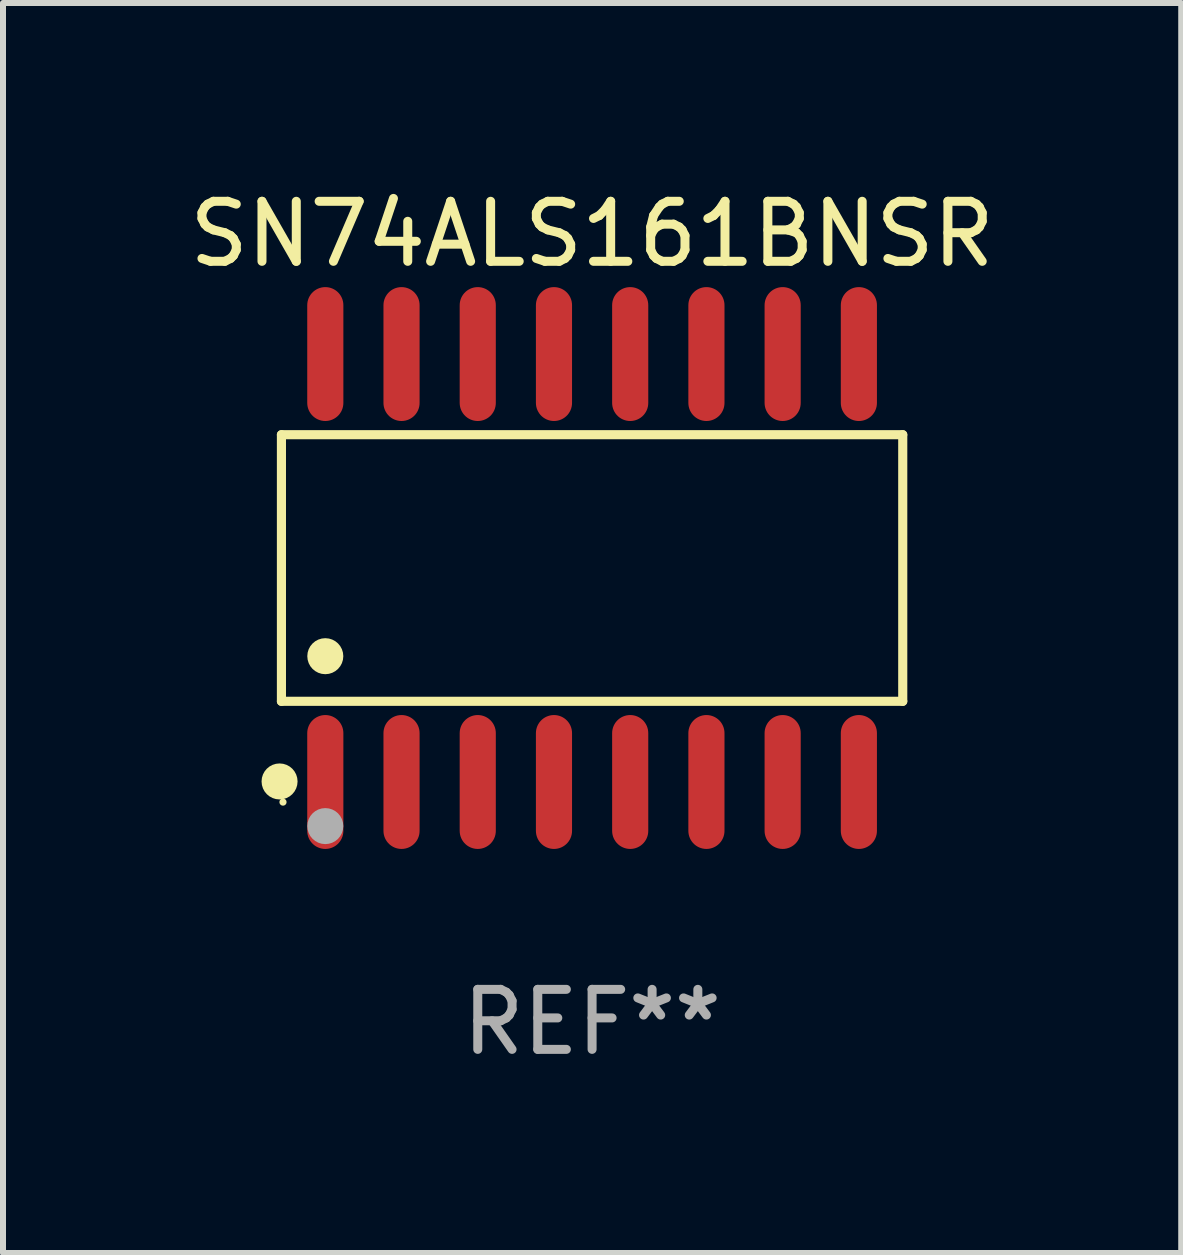
<source format=kicad_pcb>
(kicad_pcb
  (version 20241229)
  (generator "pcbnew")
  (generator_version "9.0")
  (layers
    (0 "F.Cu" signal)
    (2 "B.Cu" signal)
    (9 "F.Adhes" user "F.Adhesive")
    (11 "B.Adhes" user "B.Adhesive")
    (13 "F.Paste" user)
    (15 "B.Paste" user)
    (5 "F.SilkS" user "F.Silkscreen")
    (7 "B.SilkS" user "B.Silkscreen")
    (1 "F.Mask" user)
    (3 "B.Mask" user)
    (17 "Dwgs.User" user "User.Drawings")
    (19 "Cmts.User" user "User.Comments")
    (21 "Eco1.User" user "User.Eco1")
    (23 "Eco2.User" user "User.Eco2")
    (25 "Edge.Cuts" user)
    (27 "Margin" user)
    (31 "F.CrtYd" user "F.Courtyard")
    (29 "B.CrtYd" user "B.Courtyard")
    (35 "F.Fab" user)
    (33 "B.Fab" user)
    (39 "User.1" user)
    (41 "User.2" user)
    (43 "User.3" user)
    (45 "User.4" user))
  (footprint "SN74ALS161BNSR"
    (layer "F.Cu")
    (at 6.815 6.414)
    (property "Reference" "SN74ALS161BNSR" (at 0 -5.565 0) (layer "F.SilkS") (effects (font (size 1 1) (thickness 0.15))))
    (attr through_hole)
    (fp_line (start -5.176 -2.221) (end 5.176 -2.221) (stroke (width 0.152) (type solid)) (layer "F.SilkS"))
    (fp_line (start -5.176 2.221) (end -5.176 -2.221) (stroke (width 0.152) (type solid)) (layer "F.SilkS"))
    (fp_line (start 5.176 -2.221) (end 5.176 2.221) (stroke (width 0.152) (type solid)) (layer "F.SilkS"))
    (fp_line (start 5.176 2.221) (end -5.176 2.221) (stroke (width 0.152) (type solid)) (layer "F.SilkS"))
    (fp_circle (center -5.207 3.556) (end -5.057 3.556) (stroke (width 0.3) (type solid)) (fill no) (layer "F.SilkS"))
    (fp_circle (center -5.15 3.9) (end -5.12 3.9) (stroke (width 0.06) (type solid)) (fill no) (layer "F.SilkS"))
    (fp_circle (center -4.445 1.469) (end -4.295 1.469) (stroke (width 0.3) (type solid)) (fill no) (layer "F.SilkS"))
    (fp_circle (center -4.445 4.3) (end -4.295 4.3) (stroke (width 0.3) (type solid)) (fill no) (layer "F.Fab"))
    (fp_text user "REF**" (at 0 7.565 0) (layer "F.Fab") (effects (font (size 1 1) (thickness 0.15))))
    (pad "1" smd oval (at -4.445 3.565) (size 0.602 2.231) (layers "F.Cu" "F.Mask" "F.Paste"))
    (pad "2" smd oval (at -3.175 3.565) (size 0.602 2.231) (layers "F.Cu" "F.Mask" "F.Paste"))
    (pad "3" smd oval (at -1.905 3.565) (size 0.602 2.231) (layers "F.Cu" "F.Mask" "F.Paste"))
    (pad "4" smd oval (at -0.635 3.565) (size 0.602 2.231) (layers "F.Cu" "F.Mask" "F.Paste"))
    (pad "5" smd oval (at 0.635 3.565) (size 0.602 2.231) (layers "F.Cu" "F.Mask" "F.Paste"))
    (pad "6" smd oval (at 1.905 3.565) (size 0.602 2.231) (layers "F.Cu" "F.Mask" "F.Paste"))
    (pad "7" smd oval (at 3.175 3.565) (size 0.602 2.231) (layers "F.Cu" "F.Mask" "F.Paste"))
    (pad "8" smd oval (at 4.445 3.565) (size 0.602 2.231) (layers "F.Cu" "F.Mask" "F.Paste"))
    (pad "9" smd oval (at 4.445 -3.565) (size 0.602 2.231) (layers "F.Cu" "F.Mask" "F.Paste"))
    (pad "10" smd oval (at 3.175 -3.565) (size 0.602 2.231) (layers "F.Cu" "F.Mask" "F.Paste"))
    (pad "11" smd oval (at 1.905 -3.565) (size 0.602 2.231) (layers "F.Cu" "F.Mask" "F.Paste"))
    (pad "12" smd oval (at 0.635 -3.565) (size 0.602 2.231) (layers "F.Cu" "F.Mask" "F.Paste"))
    (pad "13" smd oval (at -0.635 -3.565) (size 0.602 2.231) (layers "F.Cu" "F.Mask" "F.Paste"))
    (pad "14" smd oval (at -1.905 -3.565) (size 0.602 2.231) (layers "F.Cu" "F.Mask" "F.Paste"))
    (pad "15" smd oval (at -3.175 -3.565) (size 0.602 2.231) (layers "F.Cu" "F.Mask" "F.Paste"))
    (pad "16" smd oval (at -4.445 -3.565) (size 0.602 2.231) (layers "F.Cu" "F.Mask" "F.Paste")))
  (gr_rect
    (start -3 -3)
    (end 16.631 17.827)
    (stroke (width 0.1) (type default))
    (fill no)
    (layer "Edge.Cuts")))
</source>
